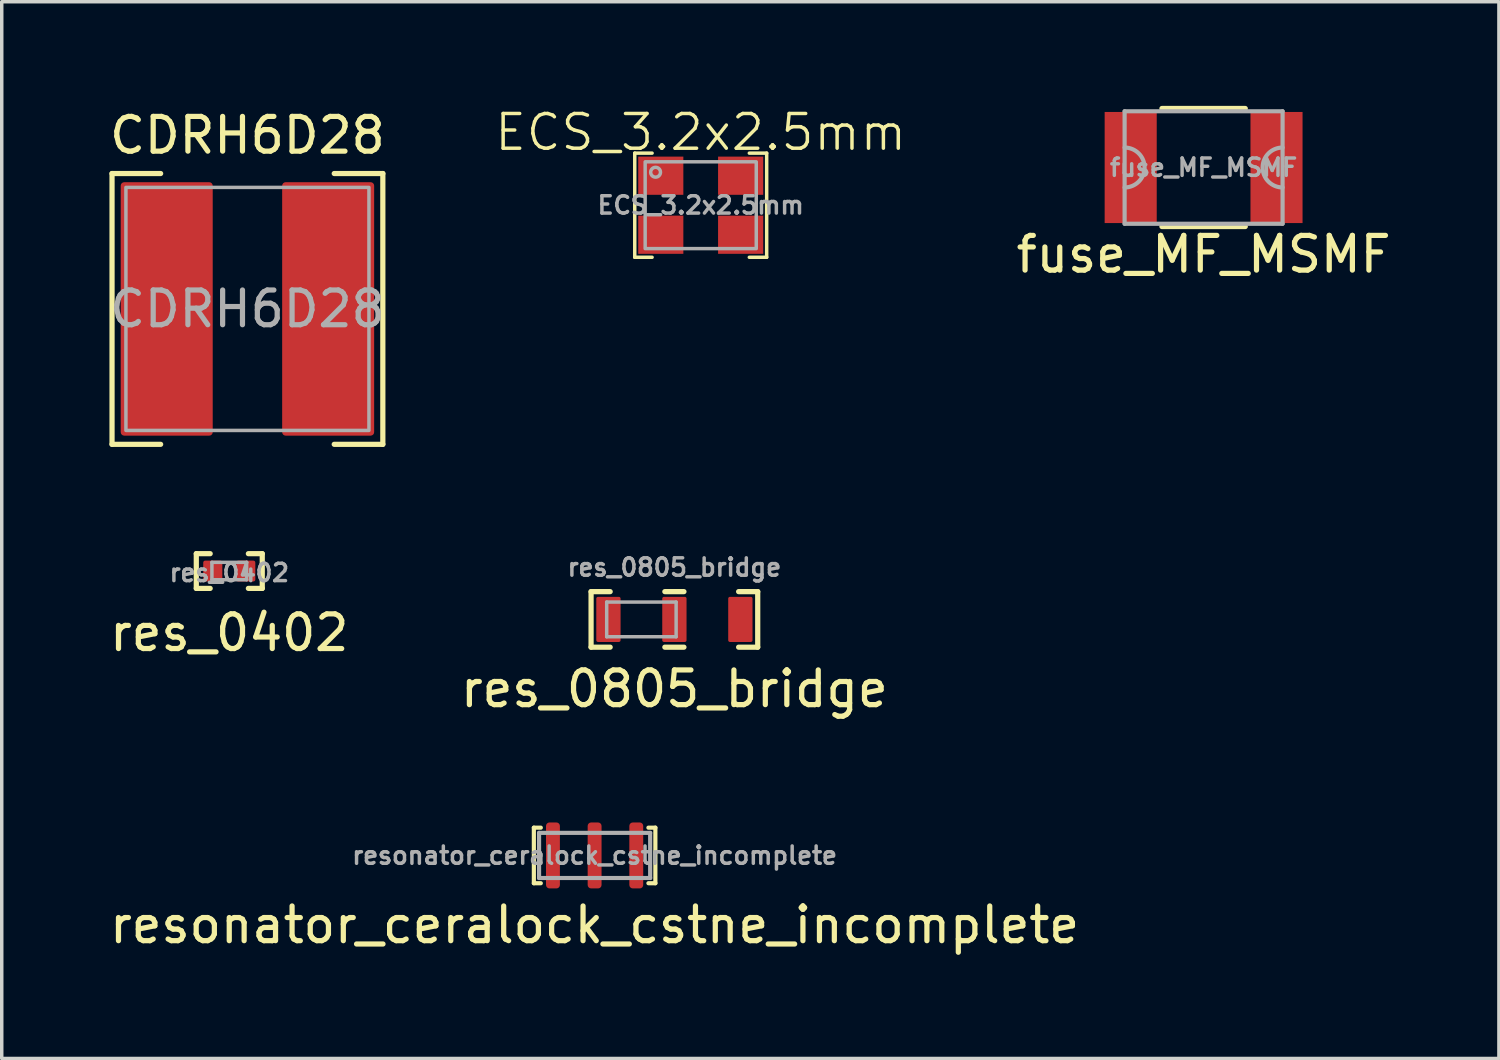
<source format=kicad_pcb>
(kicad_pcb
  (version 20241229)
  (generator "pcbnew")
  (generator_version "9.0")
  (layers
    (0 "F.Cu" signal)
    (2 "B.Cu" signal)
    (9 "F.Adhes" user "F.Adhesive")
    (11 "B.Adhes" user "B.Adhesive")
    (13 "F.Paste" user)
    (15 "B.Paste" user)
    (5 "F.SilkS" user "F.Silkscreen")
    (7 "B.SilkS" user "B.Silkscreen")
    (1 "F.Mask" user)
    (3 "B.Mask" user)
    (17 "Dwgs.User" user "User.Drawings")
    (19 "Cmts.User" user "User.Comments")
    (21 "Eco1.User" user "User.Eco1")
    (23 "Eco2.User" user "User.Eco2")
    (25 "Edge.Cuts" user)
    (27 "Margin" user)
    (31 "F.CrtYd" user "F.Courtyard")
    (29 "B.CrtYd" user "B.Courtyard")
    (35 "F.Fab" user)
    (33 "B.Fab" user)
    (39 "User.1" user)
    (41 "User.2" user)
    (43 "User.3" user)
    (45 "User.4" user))
  (footprint "res_0805_bridge"
    (layer "F.Cu")
    (at 16.375 14.791)
    (property "Reference" "res_0805_bridge" (at 0 2 0) (layer "F.SilkS") (effects (font (size 1 1) (thickness 0.15))))
    (attr smd)
    (fp_line (start -2.4 -0.8) (end -2.4 0.8) (stroke (width 0.15) (type solid)) (layer "F.SilkS"))
    (fp_line (start -2.4 0.8) (end -1.85 0.8) (stroke (width 0.15) (type solid)) (layer "F.SilkS"))
    (fp_line (start -1.85 -0.8) (end -2.4 -0.8) (stroke (width 0.15) (type solid)) (layer "F.SilkS"))
    (fp_line (start 0.275 -0.8) (end -0.275 -0.8) (stroke (width 0.15) (type solid)) (layer "F.SilkS"))
    (fp_line (start 0.275 0.8) (end -0.275 0.8) (stroke (width 0.15) (type solid)) (layer "F.SilkS"))
    (fp_line (start 1.85 0.8) (end 2.4 0.8) (stroke (width 0.15) (type solid)) (layer "F.SilkS"))
    (fp_line (start 2.4 0.8) (end 2.4 -0.8) (stroke (width 0.15) (type solid)) (layer "F.SilkS"))
    (fp_line (start 2.4 -0.8) (end 1.85 -0.8) (stroke (width 0.15) (type solid)) (layer "F.SilkS"))
    (fp_line (start -1.95 -0.5) (end -1.95 0.5) (stroke (width 0.1) (type solid)) (layer "F.Fab"))
    (fp_line (start -1.95 0.5) (end 0.05 0.5) (stroke (width 0.1) (type solid)) (layer "F.Fab"))
    (fp_line (start 0.05 -0.5) (end -1.95 -0.5) (stroke (width 0.1) (type solid)) (layer "F.Fab"))
    (fp_line (start 0.05 0.5) (end 0.05 -0.5) (stroke (width 0.1) (type solid)) (layer "F.Fab"))
    (fp_text user "${REFERENCE}" (at 0 -1.5 0) (layer "F.Fab") (effects (font (size 0.5 0.5) (thickness 0.1))))
    (pad "1" smd roundrect (at -1.9 0) (size 0.7 1.3) (layers "F.Cu" "F.Mask" "F.Paste") (roundrect_rratio 0.071))
    (pad "2" smd roundrect (at 0 0) (size 0.7 1.3) (layers "F.Cu" "F.Mask" "F.Paste") (roundrect_rratio 0.071))
    (pad "3" smd roundrect (at 1.9 0 180) (size 0.7 1.3) (layers "F.Cu" "F.Mask" "F.Paste") (roundrect_rratio 0.071)))
  (footprint "res_0402"
    (layer "F.Cu")
    (at 3.554 13.398)
    (property "Reference" "res_0402" (at 0 1.778 0) (layer "F.SilkS") (effects (font (size 1 1) (thickness 0.15))))
    (attr smd)
    (fp_line (start -0.95 -0.5) (end -0.95 0.5) (stroke (width 0.15) (type solid)) (layer "F.SilkS"))
    (fp_line (start -0.95 0.5) (end -0.55 0.5) (stroke (width 0.15) (type solid)) (layer "F.SilkS"))
    (fp_line (start -0.55 -0.5) (end -0.95 -0.5) (stroke (width 0.15) (type solid)) (layer "F.SilkS"))
    (fp_line (start 0.55 0.5) (end 0.95 0.5) (stroke (width 0.15) (type solid)) (layer "F.SilkS"))
    (fp_line (start 0.95 -0.5) (end 0.55 -0.5) (stroke (width 0.15) (type solid)) (layer "F.SilkS"))
    (fp_line (start 0.95 0.5) (end 0.95 -0.5) (stroke (width 0.15) (type solid)) (layer "F.SilkS"))
    (fp_line (start -0.5 -0.25) (end -0.5 0.25) (stroke (width 0.1) (type solid)) (layer "F.Fab"))
    (fp_line (start -0.5 0.25) (end 0.5 0.25) (stroke (width 0.1) (type solid)) (layer "F.Fab"))
    (fp_line (start 0.5 -0.25) (end -0.5 -0.25) (stroke (width 0.1) (type solid)) (layer "F.Fab"))
    (fp_line (start 0.5 0.25) (end 0.5 -0.25) (stroke (width 0.1) (type solid)) (layer "F.Fab"))
    (fp_text user "${REFERENCE}" (at 0 0.05 0) (layer "F.Fab") (effects (font (size 0.5 0.5) (thickness 0.1))))
    (pad "1" smd roundrect (at -0.475 0) (size 0.55 0.6) (layers "F.Cu" "F.Mask" "F.Paste") (roundrect_rratio 0.1))
    (pad "2" smd roundrect (at 0.475 0) (size 0.55 0.6) (layers "F.Cu" "F.Mask" "F.Paste") (roundrect_rratio 0.1)))
  (footprint "CDRH6D28"
    (layer "F.Cu")
    (at 4.077 5.848)
    (property "Reference" "CDRH6D28" (at 0 -5 0) (unlocked yes) (layer "F.SilkS") (effects (font (size 1 1) (thickness 0.15))))
    (attr smd)
    (fp_line (start -3.9 -3.9) (end -3.9 3.9) (stroke (width 0.15) (type default)) (layer "F.SilkS"))
    (fp_line (start -3.9 3.9) (end -2.5 3.9) (stroke (width 0.15) (type default)) (layer "F.SilkS"))
    (fp_line (start -2.5 -3.9) (end -3.9 -3.9) (stroke (width 0.15) (type default)) (layer "F.SilkS"))
    (fp_line (start 2.5 3.9) (end 3.9 3.9) (stroke (width 0.15) (type default)) (layer "F.SilkS"))
    (fp_line (start 3.9 -3.9) (end 2.5 -3.9) (stroke (width 0.15) (type default)) (layer "F.SilkS"))
    (fp_line (start 3.9 3.9) (end 3.9 -3.9) (stroke (width 0.15) (type default)) (layer "F.SilkS"))
    (fp_rect (start -3.5 -3.5) (end 3.5 3.5) (stroke (width 0.1) (type default)) (fill no) (layer "F.Fab"))
    (fp_text user "${REFERENCE}" (at 0 0 0) (unlocked yes) (layer "F.Fab") (effects (font (size 1 1) (thickness 0.15))))
    (pad "1" smd roundrect (at -2.325 0) (size 2.65 7.3) (layers "F.Cu" "F.Mask" "F.Paste") (roundrect_rratio 0.038))
    (pad "2" smd roundrect (at 2.325 0) (size 2.65 7.3) (layers "F.Cu" "F.Mask" "F.Paste") (roundrect_rratio 0.038)))
  (footprint "resonator_ceralock_cstne_incomplete"
    (layer "F.Cu")
    (at 14.077 21.59)
    (property "Reference" "resonator_ceralock_cstne_incomplete" (at 0 2 0) (layer "F.SilkS") (effects (font (size 1 1) (thickness 0.15))))
    (attr through_hole)
    (fp_line (start -1.75 -0.8) (end -1.75 0.8) (stroke (width 0.12) (type solid)) (layer "F.SilkS"))
    (fp_line (start -1.75 0.8) (end -1.55 0.8) (stroke (width 0.12) (type solid)) (layer "F.SilkS"))
    (fp_line (start -1.55 -0.8) (end -1.75 -0.8) (stroke (width 0.12) (type solid)) (layer "F.SilkS"))
    (fp_line (start 1.55 0.8) (end 1.75 0.8) (stroke (width 0.12) (type solid)) (layer "F.SilkS"))
    (fp_line (start 1.75 -0.8) (end 1.55 -0.8) (stroke (width 0.12) (type solid)) (layer "F.SilkS"))
    (fp_line (start 1.75 0.8) (end 1.75 -0.8) (stroke (width 0.12) (type solid)) (layer "F.SilkS"))
    (fp_line (start -1.6 -0.65) (end -1.6 0.65) (stroke (width 0.12) (type solid)) (layer "F.Fab"))
    (fp_line (start -1.6 0.65) (end 1.6 0.65) (stroke (width 0.12) (type solid)) (layer "F.Fab"))
    (fp_line (start 1.6 -0.65) (end -1.6 -0.65) (stroke (width 0.12) (type solid)) (layer "F.Fab"))
    (fp_line (start 1.6 0.65) (end 1.6 -0.65) (stroke (width 0.12) (type solid)) (layer "F.Fab"))
    (fp_text user "${REFERENCE}" (at 0 0 0) (layer "F.Fab") (effects (font (size 0.5 0.5) (thickness 0.1))))
    (pad "1" smd roundrect (at -1.2 0) (size 0.4 1.9) (layers "F.Cu" "F.Mask" "F.Paste") (roundrect_rratio 0.25))
    (pad "2" smd roundrect (at 0 0) (size 0.4 1.9) (layers "F.Cu" "F.Mask" "F.Paste") (roundrect_rratio 0.25))
    (pad "3" smd roundrect (at 1.2 0) (size 0.4 1.9) (layers "F.Cu" "F.Mask" "F.Paste") (roundrect_rratio 0.25)))
  (footprint "fuse_MF_MSMF"
    (layer "F.Cu")
    (at 31.618 1.775)
    (property "Reference" "fuse_MF_MSMF" (at 0 2.5 0) (layer "F.SilkS") (effects (font (size 1 1) (thickness 0.15))))
    (attr through_hole)
    (fp_line (start -1.2 -1.7) (end 1.2 -1.7) (stroke (width 0.15) (type solid)) (layer "F.SilkS"))
    (fp_line (start 1.2 1.7) (end -1.2 1.7) (stroke (width 0.15) (type solid)) (layer "F.SilkS"))
    (fp_line (start -2.275 -1.62) (end -2.275 1.62) (stroke (width 0.12) (type solid)) (layer "F.Fab"))
    (fp_line (start -2.275 1.62) (end 2.275 1.62) (stroke (width 0.12) (type solid)) (layer "F.Fab"))
    (fp_line (start 2.275 -1.62) (end -2.275 -1.62) (stroke (width 0.12) (type solid)) (layer "F.Fab"))
    (fp_line (start 2.275 1.62) (end 2.275 -1.62) (stroke (width 0.12) (type solid)) (layer "F.Fab"))
    (fp_arc (start -2.275 -0.575) (mid -1.7 0) (end -2.275 0.575) (stroke (width 0.12) (type solid)) (layer "F.Fab"))
    (fp_arc (start 2.275 0.575) (mid 1.7 0) (end 2.275 -0.575) (stroke (width 0.12) (type solid)) (layer "F.Fab"))
    (fp_text user "${REFERENCE}" (at 0 0 0) (layer "F.Fab") (effects (font (size 0.5 0.5) (thickness 0.1))))
    (pad "1" smd rect (at -2.1 0) (size 1.5 3.2) (layers "F.Cu" "F.Mask" "F.Paste"))
    (pad "2" smd rect (at 2.1 0) (size 1.5 3.2) (layers "F.Cu" "F.Mask" "F.Paste")))
  (footprint "ECS_3.2x2.5mm"
    (layer "F.Cu")
    (at 17.133 2.861)
    (property "Reference" "ECS_3.2x2.5mm" (at 0 -2.1 0) (unlocked yes) (layer "F.SilkS") (effects (font (size 1 1) (thickness 0.1))))
    (attr smd)
    (fp_line (start -1.9 1.5) (end -1.9 -1.5) (stroke (width 0.1) (type default)) (layer "F.SilkS"))
    (fp_line (start -1.4 -1.5) (end -1.9 -1.5) (stroke (width 0.1) (type default)) (layer "F.SilkS"))
    (fp_line (start -1.4 1.5) (end -1.9 1.5) (stroke (width 0.1) (type default)) (layer "F.SilkS"))
    (fp_line (start 1.4 -1.5) (end 1.9 -1.5) (stroke (width 0.1) (type default)) (layer "F.SilkS"))
    (fp_line (start 1.4 1.5) (end 1.9 1.5) (stroke (width 0.1) (type default)) (layer "F.SilkS"))
    (fp_line (start 1.9 -1.5) (end 1.9 1.5) (stroke (width 0.1) (type default)) (layer "F.SilkS"))
    (fp_rect (start -1.6 -1.25) (end 1.6 1.25) (stroke (width 0.1) (type default)) (fill no) (layer "F.Fab"))
    (fp_circle (center -1.3 -0.95) (end -1.2 -0.85) (stroke (width 0.1) (type default)) (fill no) (layer "F.Fab"))
    (fp_text user "${REFERENCE}" (at 0 0 0) (unlocked yes) (layer "F.Fab") (effects (font (size 0.5 0.5) (thickness 0.1))))
    (pad "1" smd rect (at -1.15 0.85) (size 1.3 1.1) (layers "F.Cu" "F.Mask" "F.Paste"))
    (pad "2" smd rect (at 1.15 0.85) (size 1.3 1.1) (layers "F.Cu" "F.Mask" "F.Paste"))
    (pad "3" smd rect (at 1.15 -0.85) (size 1.3 1.1) (layers "F.Cu" "F.Mask" "F.Paste"))
    (pad "4" smd rect (at -1.15 -0.85) (size 1.3 1.1) (layers "F.Cu" "F.Mask" "F.Paste")))
  (gr_rect
    (start -3 -3)
    (end 40.124 27.438)
    (stroke (width 0.1) (type default))
    (fill no)
    (layer "Edge.Cuts")))
</source>
